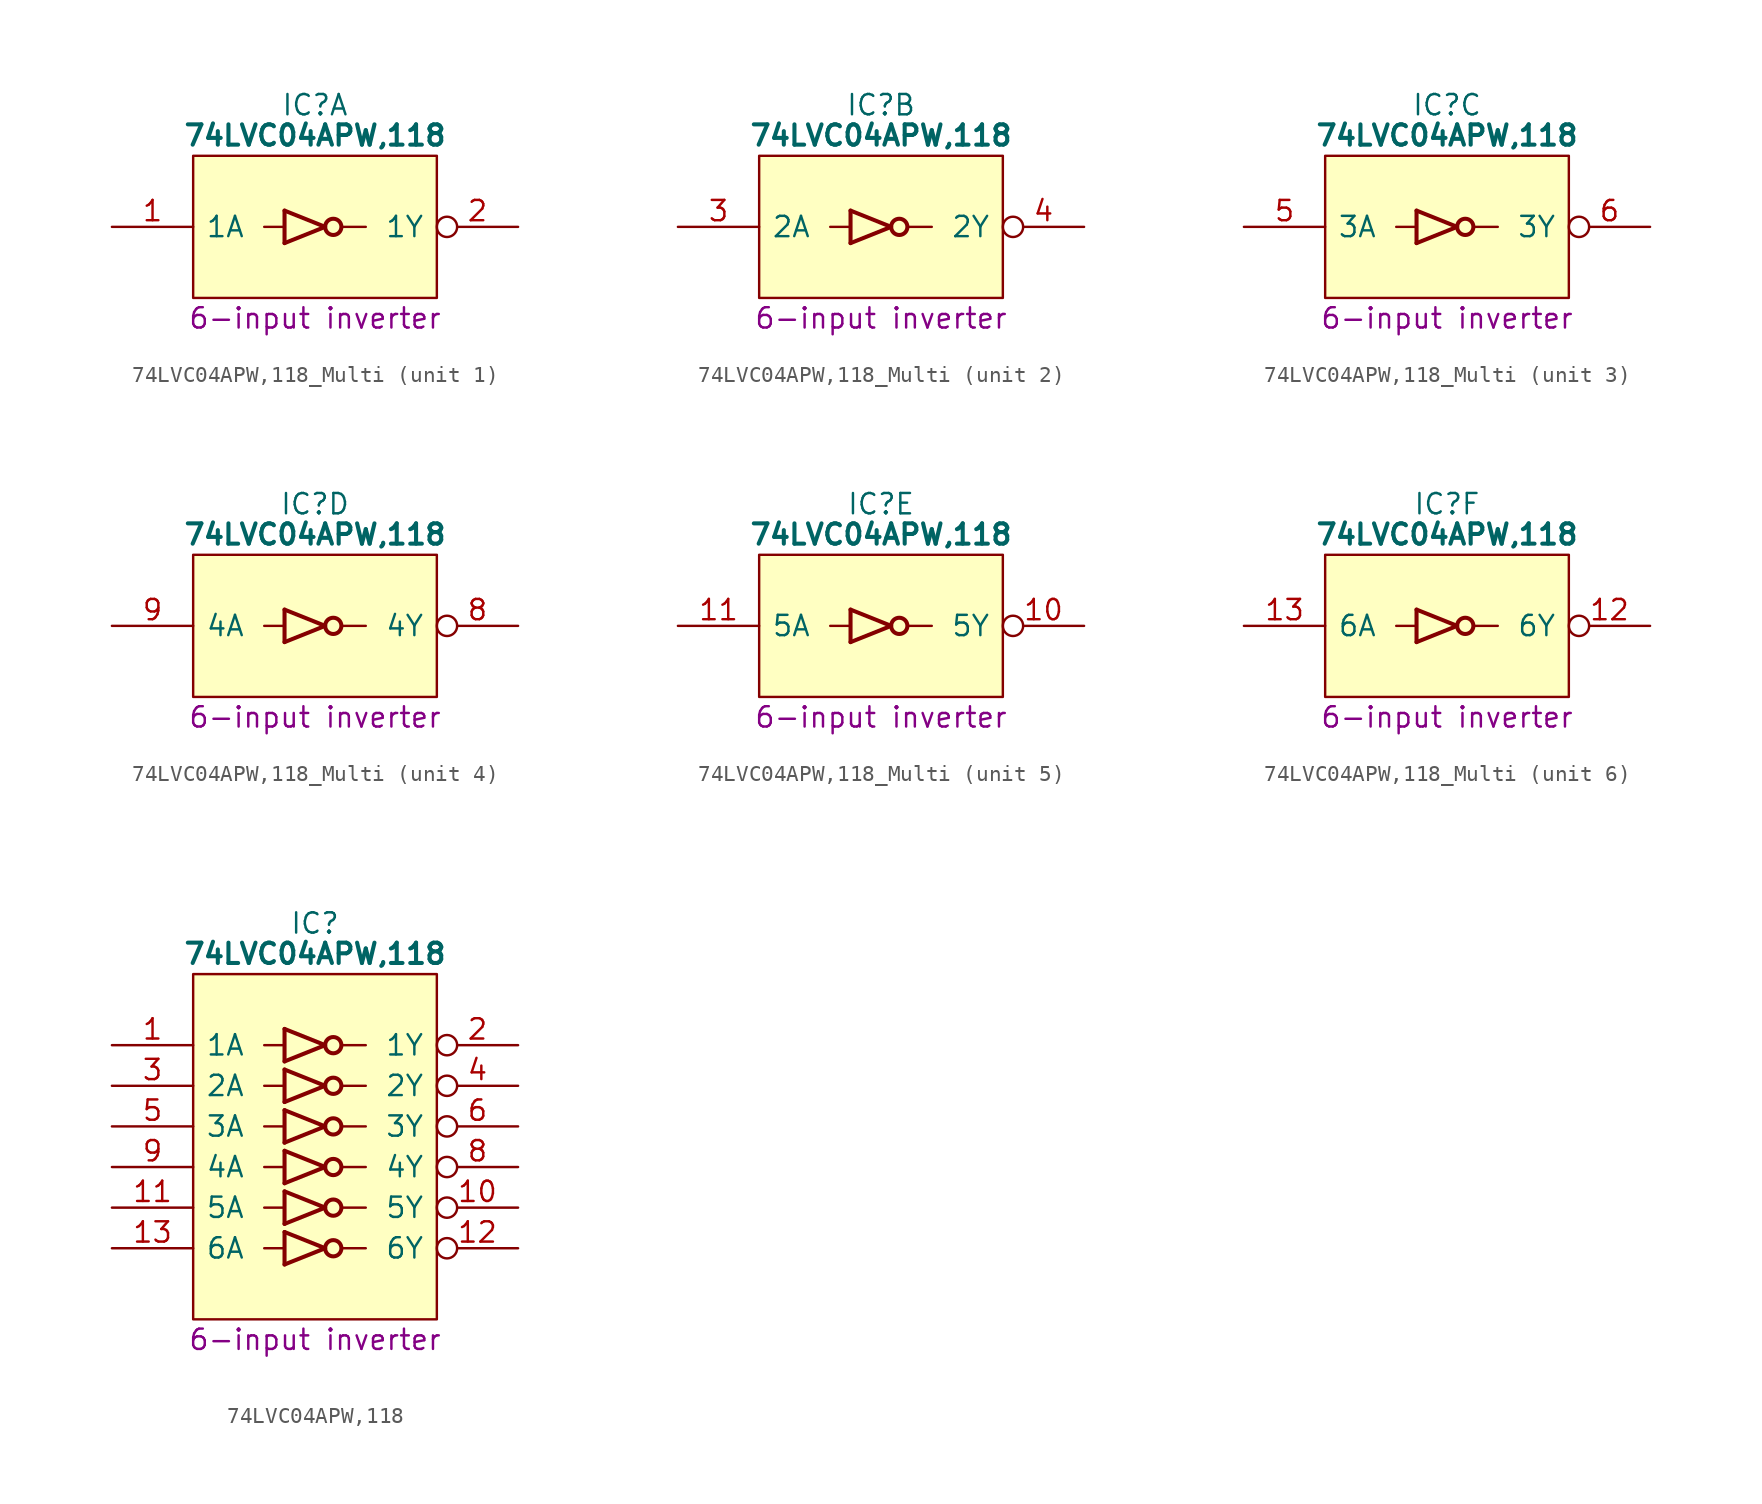
<source format=kicad_sym>
(kicad_symbol_lib
  (version 20231120)
  (generator "kicad_symbol_editor")
  (generator_version "8.0")
  (symbol "74LVC04APW,118_Multi"
    (pin_names
      (offset 0.762))
    (property "Reference" "IC"
      (at 12.7 7.62 0)
      (effects (font (size 1.27 1.27))))
    (property "Value" "74LVC04APW,118"
      (at 12.7 5.715 0)
      (effects (font (size 1.27 1.27) (bold yes))))
    (property "Description" "6-input inverter"
      (at 12.7 -5.715 0)
      (effects (font (size 1.27 1.27))))
    (symbol "74LVC04APW,118_Multi_0_0"
      (pin passive line (at 25.4 2.54 180) (length 5.08) hide (name "3V" (effects (font (size 1.27 1.27)))) (number "14" (effects (font (size 1.27 1.27)))))
      (pin passive line (at 0 -2.54 0) (length 5.08) hide (name "GND" (effects (font (size 1.27 1.27)))) (number "7" (effects (font (size 1.27 1.27))))))
    (symbol "74LVC04APW,118_Multi_0_1"
      (polyline (pts (xy 9.525 0) (xy 10.795 0)) (stroke (width 0) (type default)) (fill (type none)))
      (polyline (pts (xy 14.351 0) (xy 15.875 0)) (stroke (width 0) (type default)) (fill (type none)))
      (polyline (pts (xy 10.795 -1.016) (xy 13.335 0) (xy 10.795 1.016)) (stroke (width 0.254) (type default)) (fill (type none)))
      (polyline (pts (xy 5.08 4.445) (xy 20.32 4.445) (xy 20.32 -4.445) (xy 5.08 -4.445) (xy 5.08 4.445)) (stroke (width 0.152) (type default)) (fill (type background)))
      (rectangle (start 10.795 1.016) (end 10.795 -1.016) (stroke (width 0.254) (type default)) (fill (type background)))
      (circle (center 13.843 0) (radius 0.508) (stroke (width 0.254) (type default)) (fill (type none))))
    (symbol "74LVC04APW,118_Multi_1_0"
      (pin input line (at 0 0 0) (length 5.08) (name "1A" (effects (font (size 1.27 1.27)))) (number "1" (effects (font (size 1.27 1.27)))))
      (pin output inverted (at 25.4 0 180) (length 5.08) (name "1Y" (effects (font (size 1.27 1.27)))) (number "2" (effects (font (size 1.27 1.27))))))
    (symbol "74LVC04APW,118_Multi_2_0"
      (pin input line (at 0 0 0) (length 5.08) (name "2A" (effects (font (size 1.27 1.27)))) (number "3" (effects (font (size 1.27 1.27)))))
      (pin output inverted (at 25.4 0 180) (length 5.08) (name "2Y" (effects (font (size 1.27 1.27)))) (number "4" (effects (font (size 1.27 1.27))))))
    (symbol "74LVC04APW,118_Multi_3_0"
      (pin input line (at 0 0 0) (length 5.08) (name "3A" (effects (font (size 1.27 1.27)))) (number "5" (effects (font (size 1.27 1.27)))))
      (pin output inverted (at 25.4 0 180) (length 5.08) (name "3Y" (effects (font (size 1.27 1.27)))) (number "6" (effects (font (size 1.27 1.27))))))
    (symbol "74LVC04APW,118_Multi_4_0"
      (pin output inverted (at 25.4 0 180) (length 5.08) (name "4Y" (effects (font (size 1.27 1.27)))) (number "8" (effects (font (size 1.27 1.27)))))
      (pin input line (at 0 0 0) (length 5.08) (name "4A" (effects (font (size 1.27 1.27)))) (number "9" (effects (font (size 1.27 1.27))))))
    (symbol "74LVC04APW,118_Multi_5_0"
      (pin output inverted (at 25.4 0 180) (length 5.08) (name "5Y" (effects (font (size 1.27 1.27)))) (number "10" (effects (font (size 1.27 1.27)))))
      (pin input line (at 0 0 0) (length 5.08) (name "5A" (effects (font (size 1.27 1.27)))) (number "11" (effects (font (size 1.27 1.27))))))
    (symbol "74LVC04APW,118_Multi_6_0"
      (pin output inverted (at 25.4 0 180) (length 5.08) (name "6Y" (effects (font (size 1.27 1.27)))) (number "12" (effects (font (size 1.27 1.27)))))
      (pin input line (at 0 0 0) (length 5.08) (name "6A" (effects (font (size 1.27 1.27)))) (number "13" (effects (font (size 1.27 1.27)))))))
  (symbol "74LVC04APW,118"
    (pin_names
      (offset 0.762))
    (property "Reference" "IC"
      (at 12.7 7.62 0)
      (effects (font (size 1.27 1.27))))
    (property "Value" "74LVC04APW,118"
      (at 12.7 5.715 0)
      (effects (font (size 1.27 1.27) (bold yes))))
    (property "Description" "6-input inverter"
      (at 12.7 -18.415 0)
      (effects (font (size 1.27 1.27))))
    (symbol "74LVC04APW,118_0_0"
      (pin input line (at 0 0 0) (length 5.08) (name "1A" (effects (font (size 1.27 1.27)))) (number "1" (effects (font (size 1.27 1.27)))))
      (pin output inverted (at 25.4 -10.16 180) (length 5.08) (name "5Y" (effects (font (size 1.27 1.27)))) (number "10" (effects (font (size 1.27 1.27)))))
      (pin input line (at 0 -10.16 0) (length 5.08) (name "5A" (effects (font (size 1.27 1.27)))) (number "11" (effects (font (size 1.27 1.27)))))
      (pin output inverted (at 25.4 -12.7 180) (length 5.08) (name "6Y" (effects (font (size 1.27 1.27)))) (number "12" (effects (font (size 1.27 1.27)))))
      (pin input line (at 0 -12.7 0) (length 5.08) (name "6A" (effects (font (size 1.27 1.27)))) (number "13" (effects (font (size 1.27 1.27)))))
      (pin passive line (at 25.4 2.54 180) (length 5.08) hide (name "3V" (effects (font (size 1.27 1.27)))) (number "14" (effects (font (size 1.27 1.27)))))
      (pin output inverted (at 25.4 0 180) (length 5.08) (name "1Y" (effects (font (size 1.27 1.27)))) (number "2" (effects (font (size 1.27 1.27)))))
      (pin input line (at 0 -2.54 0) (length 5.08) (name "2A" (effects (font (size 1.27 1.27)))) (number "3" (effects (font (size 1.27 1.27)))))
      (pin output inverted (at 25.4 -2.54 180) (length 5.08) (name "2Y" (effects (font (size 1.27 1.27)))) (number "4" (effects (font (size 1.27 1.27)))))
      (pin input line (at 0 -5.08 0) (length 5.08) (name "3A" (effects (font (size 1.27 1.27)))) (number "5" (effects (font (size 1.27 1.27)))))
      (pin output inverted (at 25.4 -5.08 180) (length 5.08) (name "3Y" (effects (font (size 1.27 1.27)))) (number "6" (effects (font (size 1.27 1.27)))))
      (pin passive line (at 0 -15.24 0) (length 5.08) hide (name "GND" (effects (font (size 1.27 1.27)))) (number "7" (effects (font (size 1.27 1.27)))))
      (pin output inverted (at 25.4 -7.62 180) (length 5.08) (name "4Y" (effects (font (size 1.27 1.27)))) (number "8" (effects (font (size 1.27 1.27)))))
      (pin input line (at 0 -7.62 0) (length 5.08) (name "4A" (effects (font (size 1.27 1.27)))) (number "9" (effects (font (size 1.27 1.27))))))
    (symbol "74LVC04APW,118_0_1"
      (polyline (pts (xy 9.525 -12.7) (xy 10.795 -12.7)) (stroke (width 0) (type default)) (fill (type none)))
      (polyline (pts (xy 9.525 -10.16) (xy 10.795 -10.16)) (stroke (width 0) (type default)) (fill (type none)))
      (polyline (pts (xy 9.525 -7.62) (xy 10.795 -7.62)) (stroke (width 0) (type default)) (fill (type none)))
      (polyline (pts (xy 9.525 -5.08) (xy 10.795 -5.08)) (stroke (width 0) (type default)) (fill (type none)))
      (polyline (pts (xy 9.525 -2.54) (xy 10.795 -2.54)) (stroke (width 0) (type default)) (fill (type none)))
      (polyline (pts (xy 9.525 0) (xy 10.795 0)) (stroke (width 0) (type default)) (fill (type none)))
      (polyline (pts (xy 14.351 -12.7) (xy 15.875 -12.7)) (stroke (width 0) (type default)) (fill (type none)))
      (polyline (pts (xy 14.351 -10.16) (xy 15.875 -10.16)) (stroke (width 0) (type default)) (fill (type none)))
      (polyline (pts (xy 14.351 -7.62) (xy 15.875 -7.62)) (stroke (width 0) (type default)) (fill (type none)))
      (polyline (pts (xy 14.351 -5.08) (xy 15.875 -5.08)) (stroke (width 0) (type default)) (fill (type none)))
      (polyline (pts (xy 14.351 -2.54) (xy 15.875 -2.54)) (stroke (width 0) (type default)) (fill (type none)))
      (polyline (pts (xy 14.351 0) (xy 15.875 0)) (stroke (width 0) (type default)) (fill (type none)))
      (polyline (pts (xy 10.795 -13.716) (xy 13.335 -12.7) (xy 10.795 -11.684)) (stroke (width 0.254) (type default)) (fill (type none)))
      (polyline (pts (xy 10.795 -11.176) (xy 13.335 -10.16) (xy 10.795 -9.144)) (stroke (width 0.254) (type default)) (fill (type none)))
      (polyline (pts (xy 10.795 -8.636) (xy 13.335 -7.62) (xy 10.795 -6.604)) (stroke (width 0.254) (type default)) (fill (type none)))
      (polyline (pts (xy 10.795 -6.096) (xy 13.335 -5.08) (xy 10.795 -4.064)) (stroke (width 0.254) (type default)) (fill (type none)))
      (polyline (pts (xy 10.795 -3.556) (xy 13.335 -2.54) (xy 10.795 -1.524)) (stroke (width 0.254) (type default)) (fill (type none)))
      (polyline (pts (xy 10.795 -1.016) (xy 13.335 0) (xy 10.795 1.016)) (stroke (width 0.254) (type default)) (fill (type none)))
      (polyline (pts (xy 5.08 4.445) (xy 20.32 4.445) (xy 20.32 -17.145) (xy 5.08 -17.145) (xy 5.08 4.445)) (stroke (width 0.152) (type default)) (fill (type background)))
      (rectangle (start 10.795 -11.684) (end 10.795 -13.716) (stroke (width 0.254) (type default)) (fill (type background)))
      (rectangle (start 10.795 -9.144) (end 10.795 -11.176) (stroke (width 0.254) (type default)) (fill (type background)))
      (rectangle (start 10.795 -6.604) (end 10.795 -8.636) (stroke (width 0.254) (type default)) (fill (type background)))
      (rectangle (start 10.795 -4.064) (end 10.795 -6.096) (stroke (width 0.254) (type default)) (fill (type background)))
      (rectangle (start 10.795 -1.524) (end 10.795 -3.556) (stroke (width 0.254) (type default)) (fill (type background)))
      (rectangle (start 10.795 1.016) (end 10.795 -1.016) (stroke (width 0.254) (type default)) (fill (type background)))
      (circle (center 13.843 -12.7) (radius 0.508) (stroke (width 0.254) (type default)) (fill (type none)))
      (circle (center 13.843 -10.16) (radius 0.508) (stroke (width 0.254) (type default)) (fill (type none)))
      (circle (center 13.843 -7.62) (radius 0.508) (stroke (width 0.254) (type default)) (fill (type none)))
      (circle (center 13.843 -5.08) (radius 0.508) (stroke (width 0.254) (type default)) (fill (type none)))
      (circle (center 13.843 -2.54) (radius 0.508) (stroke (width 0.254) (type default)) (fill (type none)))
      (circle (center 13.843 0) (radius 0.508) (stroke (width 0.254) (type default)) (fill (type none))))))
</source>
